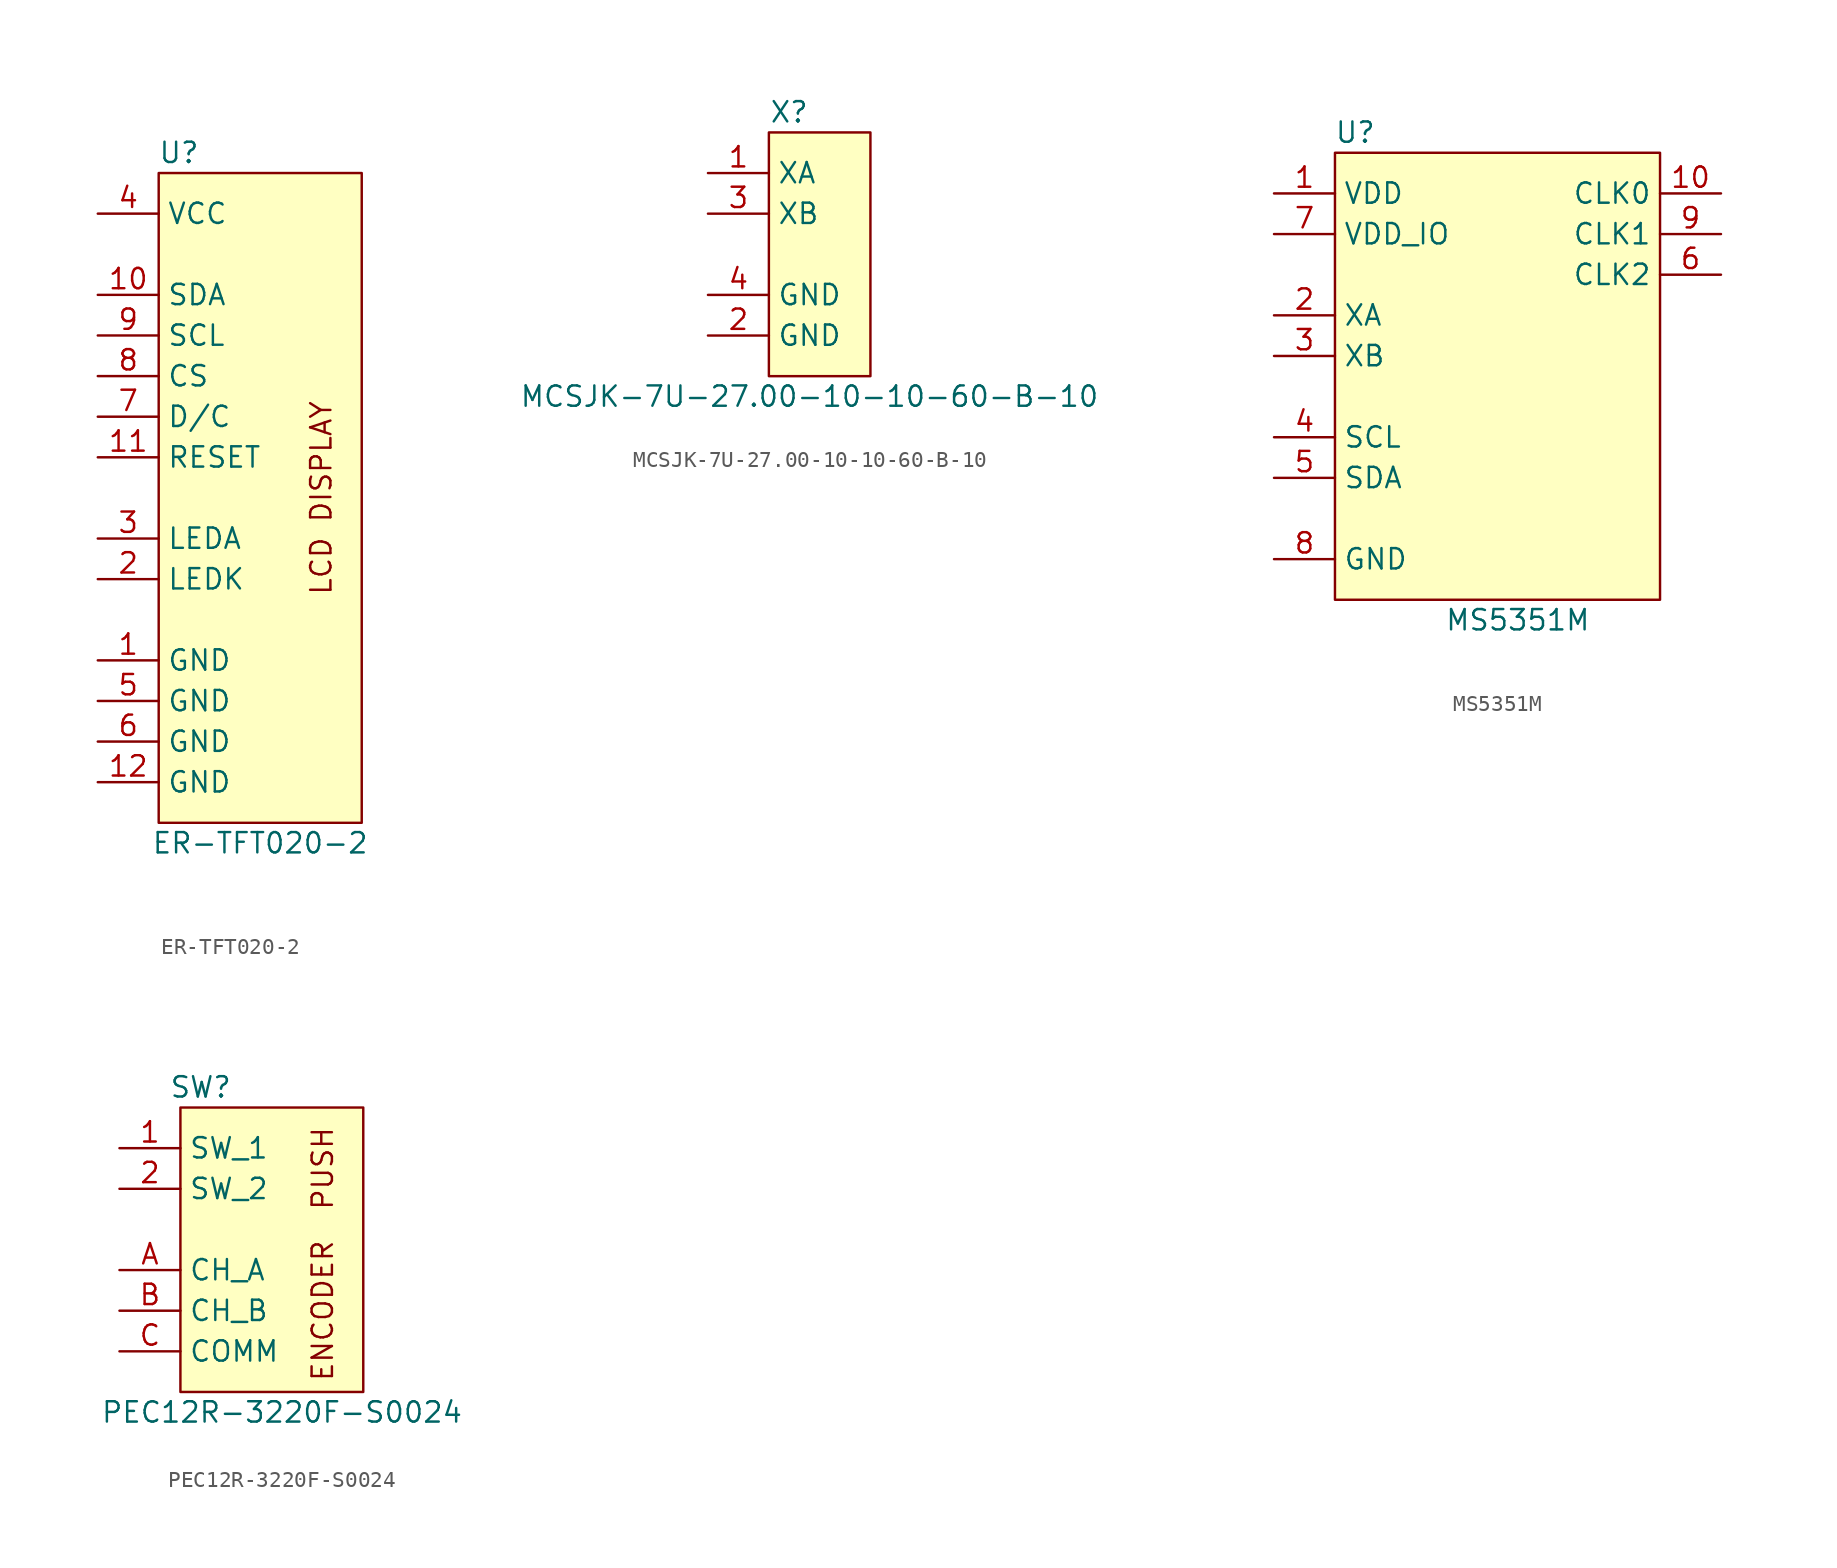
<source format=kicad_sym>
(kicad_symbol_lib
  (version 20211014)
  (generator kicad_symbol_editor)
  (symbol "ER-TFT020-2"
    (property "Reference" "U"
      (at 1.27 3.81 0)
      (effects (font (size 1.27 1.27))))
    (property "Value" "ER-TFT020-2"
      (at 6.35 -39.37 0)
      (effects (font (size 1.27 1.27))))
    (symbol "ER-TFT020-2_0_0"
      (text "LCD DISPLAY" (at 10.16 -17.78 900) (effects (font (size 1.27 1.27)))))
    (symbol "ER-TFT020-2_0_1"
      (rectangle (start 0 2.54) (end 12.7 -38.1) (stroke (width 0) (type default) (color 0 0 0 0)) (fill (type background))))
    (symbol "ER-TFT020-2_1_1"
      (pin input line (at -3.81 -27.94 0) (length 3.81) (name "GND" (effects (font (size 1.27 1.27)))) (number "1" (effects (font (size 1.27 1.27)))))
      (pin input line (at -3.81 -5.08 0) (length 3.81) (name "SDA" (effects (font (size 1.27 1.27)))) (number "10" (effects (font (size 1.27 1.27)))))
      (pin input line (at -3.81 -15.24 0) (length 3.81) (name "RESET" (effects (font (size 1.27 1.27)))) (number "11" (effects (font (size 1.27 1.27)))))
      (pin input line (at -3.81 -35.56 0) (length 3.81) (name "GND" (effects (font (size 1.27 1.27)))) (number "12" (effects (font (size 1.27 1.27)))))
      (pin input line (at -3.81 -22.86 0) (length 3.81) (name "LEDK" (effects (font (size 1.27 1.27)))) (number "2" (effects (font (size 1.27 1.27)))))
      (pin input line (at -3.81 -20.32 0) (length 3.81) (name "LEDA" (effects (font (size 1.27 1.27)))) (number "3" (effects (font (size 1.27 1.27)))))
      (pin input line (at -3.81 0 0) (length 3.81) (name "VCC" (effects (font (size 1.27 1.27)))) (number "4" (effects (font (size 1.27 1.27)))))
      (pin input line (at -3.81 -30.48 0) (length 3.81) (name "GND" (effects (font (size 1.27 1.27)))) (number "5" (effects (font (size 1.27 1.27)))))
      (pin input line (at -3.81 -33.02 0) (length 3.81) (name "GND" (effects (font (size 1.27 1.27)))) (number "6" (effects (font (size 1.27 1.27)))))
      (pin input line (at -3.81 -12.7 0) (length 3.81) (name "D/C" (effects (font (size 1.27 1.27)))) (number "7" (effects (font (size 1.27 1.27)))))
      (pin input line (at -3.81 -10.16 0) (length 3.81) (name "CS" (effects (font (size 1.27 1.27)))) (number "8" (effects (font (size 1.27 1.27)))))
      (pin input line (at -3.81 -7.62 0) (length 3.81) (name "SCL" (effects (font (size 1.27 1.27)))) (number "9" (effects (font (size 1.27 1.27)))))))
  (symbol "MCSJK-7U-27.00-10-10-60-B-10"
    (property "Reference" "X"
      (at 1.27 3.81 0)
      (effects (font (size 1.27 1.27))))
    (property "Value" "MCSJK-7U-27.00-10-10-60-B-10"
      (at 2.54 -13.97 0)
      (effects (font (size 1.27 1.27))))
    (symbol "MCSJK-7U-27.00-10-10-60-B-10_0_0"
      (rectangle (start 0 2.54) (end 6.35 -12.7) (stroke (width 0) (type default) (color 0 0 0 0)) (fill (type background))))
    (symbol "MCSJK-7U-27.00-10-10-60-B-10_1_1"
      (pin input line (at -3.81 0 0) (length 3.81) (name "XA" (effects (font (size 1.27 1.27)))) (number "1" (effects (font (size 1.27 1.27)))))
      (pin input line (at -3.81 -10.16 0) (length 3.81) (name "GND" (effects (font (size 1.27 1.27)))) (number "2" (effects (font (size 1.27 1.27)))))
      (pin input line (at -3.81 -2.54 0) (length 3.81) (name "XB" (effects (font (size 1.27 1.27)))) (number "3" (effects (font (size 1.27 1.27)))))
      (pin input line (at -3.81 -7.62 0) (length 3.81) (name "GND" (effects (font (size 1.27 1.27)))) (number "4" (effects (font (size 1.27 1.27)))))))
  (symbol "MS5351M"
    (property "Reference" "U"
      (at 1.27 3.81 0)
      (effects (font (size 1.27 1.27))))
    (property "Value" "MS5351M"
      (at 11.43 -26.67 0)
      (effects (font (size 1.27 1.27))))
    (symbol "MS5351M_0_0"
      (rectangle (start 0 2.54) (end 20.32 -25.4) (stroke (width 0) (type default) (color 0 0 0 0)) (fill (type background))))
    (symbol "MS5351M_1_1"
      (pin input line (at -3.81 0 0) (length 3.81) (name "VDD" (effects (font (size 1.27 1.27)))) (number "1" (effects (font (size 1.27 1.27)))))
      (pin input line (at 24.13 0 180) (length 3.81) (name "CLK0" (effects (font (size 1.27 1.27)))) (number "10" (effects (font (size 1.27 1.27)))))
      (pin input line (at -3.81 -7.62 0) (length 3.81) (name "XA" (effects (font (size 1.27 1.27)))) (number "2" (effects (font (size 1.27 1.27)))))
      (pin input line (at -3.81 -10.16 0) (length 3.81) (name "XB" (effects (font (size 1.27 1.27)))) (number "3" (effects (font (size 1.27 1.27)))))
      (pin input line (at -3.81 -15.24 0) (length 3.81) (name "SCL" (effects (font (size 1.27 1.27)))) (number "4" (effects (font (size 1.27 1.27)))))
      (pin input line (at -3.81 -17.78 0) (length 3.81) (name "SDA" (effects (font (size 1.27 1.27)))) (number "5" (effects (font (size 1.27 1.27)))))
      (pin input line (at 24.13 -5.08 180) (length 3.81) (name "CLK2" (effects (font (size 1.27 1.27)))) (number "6" (effects (font (size 1.27 1.27)))))
      (pin input line (at -3.81 -2.54 0) (length 3.81) (name "VDD_IO" (effects (font (size 1.27 1.27)))) (number "7" (effects (font (size 1.27 1.27)))))
      (pin input line (at -3.81 -22.86 0) (length 3.81) (name "GND" (effects (font (size 1.27 1.27)))) (number "8" (effects (font (size 1.27 1.27)))))
      (pin input line (at 24.13 -2.54 180) (length 3.81) (name "CLK1" (effects (font (size 1.27 1.27)))) (number "9" (effects (font (size 1.27 1.27)))))))
  (symbol "PEC12R-3220F-S0024"
    (property "Reference" "SW"
      (at 1.27 3.81 0)
      (effects (font (size 1.27 1.27))))
    (property "Value" "PEC12R-3220F-S0024"
      (at 6.35 -16.51 0)
      (effects (font (size 1.27 1.27))))
    (symbol "PEC12R-3220F-S0024_0_0"
      (rectangle (start 0 2.54) (end 11.43 -15.24) (stroke (width 0) (type default) (color 0 0 0 0)) (fill (type background)))
      (text "ENCODER" (at 8.89 -10.16 900) (effects (font (size 1.27 1.27))))
      (text "PUSH" (at 8.89 -1.27 900) (effects (font (size 1.27 1.27)))))
    (symbol "PEC12R-3220F-S0024_1_1"
      (pin input line (at -3.81 0 0) (length 3.81) (name "SW_1" (effects (font (size 1.27 1.27)))) (number "1" (effects (font (size 1.27 1.27)))))
      (pin input line (at -3.81 -2.54 0) (length 3.81) (name "SW_2" (effects (font (size 1.27 1.27)))) (number "2" (effects (font (size 1.27 1.27)))))
      (pin input line (at -3.81 -7.62 0) (length 3.81) (name "CH_A" (effects (font (size 1.27 1.27)))) (number "A" (effects (font (size 1.27 1.27)))))
      (pin input line (at -3.81 -10.16 0) (length 3.81) (name "CH_B" (effects (font (size 1.27 1.27)))) (number "B" (effects (font (size 1.27 1.27)))))
      (pin input line (at -3.81 -12.7 0) (length 3.81) (name "COMM" (effects (font (size 1.27 1.27)))) (number "C" (effects (font (size 1.27 1.27))))))))
</source>
